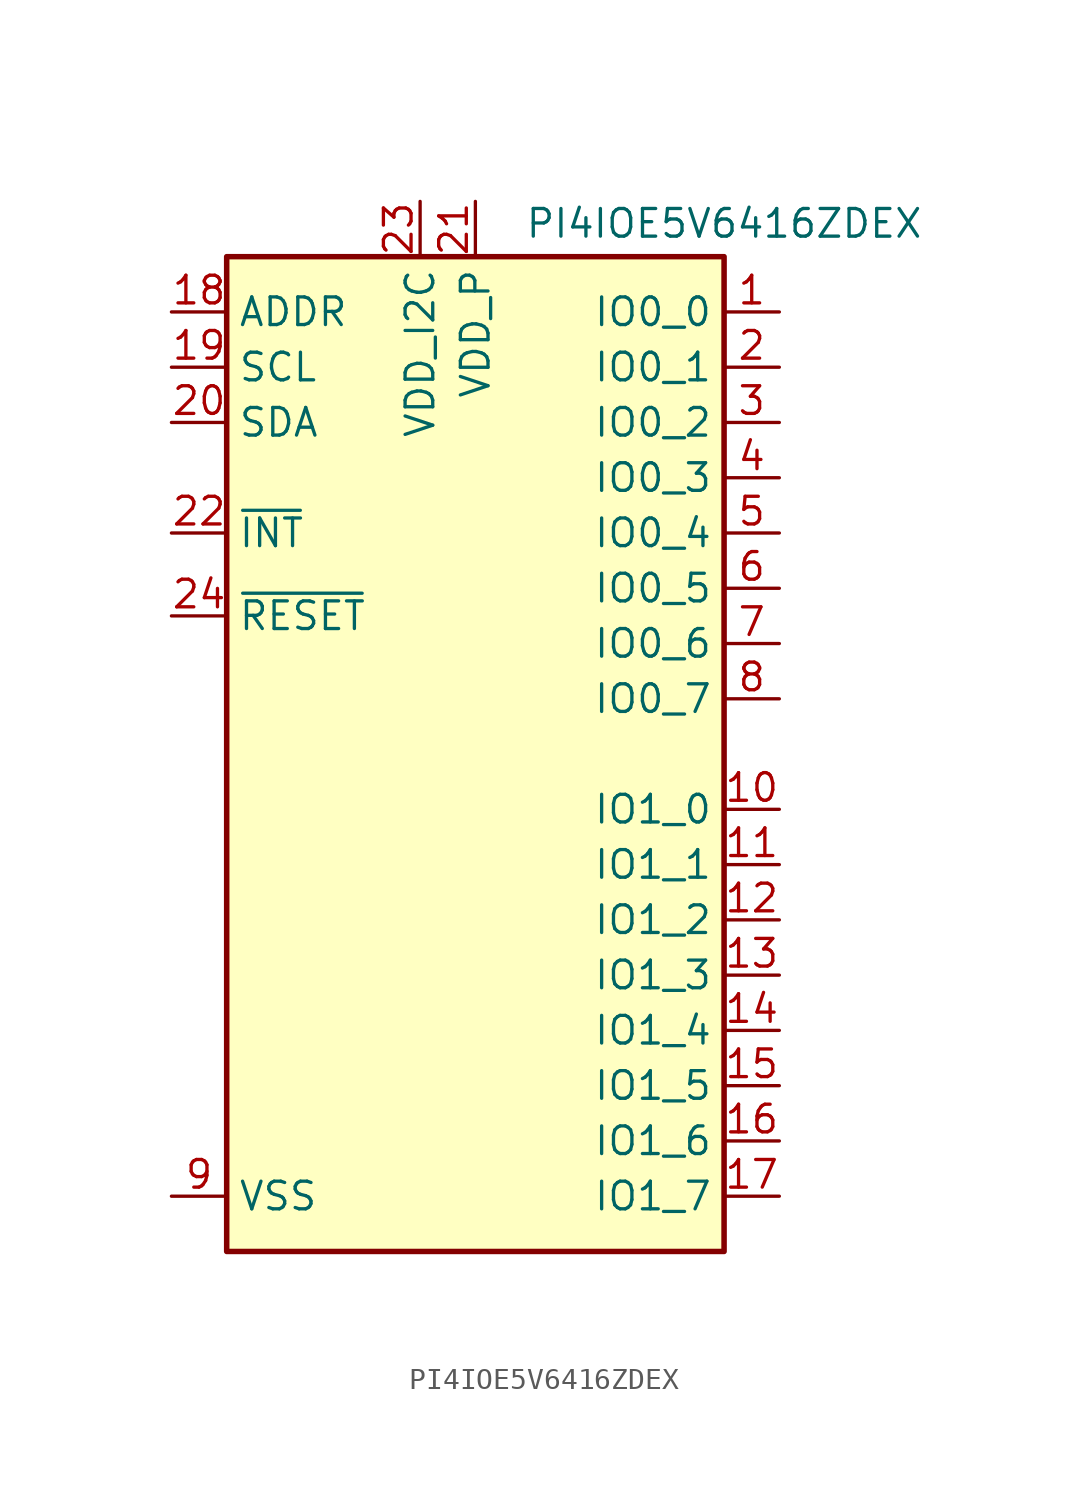
<source format=kicad_sym>
(kicad_symbol_lib
  (version 20241209)
  (generator "kicad_symbol_editor")
  (generator_version "9.0")
  (symbol "PI4IOE5V6416ZDEX"
    (property "Reference" "U?"
      (at -20.574 8.89 0)
      (effects (font (size 1.27 1.27)) (hide yes)))
    (property "Value" "PI4IOE5V6416ZDEX"
      (at 12.7 24.384 0)
      (effects (font (size 1.27 1.27))))
    (symbol "PI4IOE5V6416ZDEX_0_1"
      (rectangle (start -10.16 22.86) (end 12.7 -22.86) (stroke (width 0.254) (type default)) (fill (type background))))
    (symbol "PI4IOE5V6416ZDEX_1_1"
      (pin input line (at -12.7 20.32 0) (length 2.54) (name "ADDR" (effects (font (size 1.27 1.27)))) (number "18" (effects (font (size 1.27 1.27)))))
      (pin input line (at -12.7 17.78 0) (length 2.54) (name "SCL" (effects (font (size 1.27 1.27)))) (number "19" (effects (font (size 1.27 1.27)))))
      (pin bidirectional line (at -12.7 15.24 0) (length 2.54) (name "SDA" (effects (font (size 1.27 1.27)))) (number "20" (effects (font (size 1.27 1.27)))))
      (pin open_collector line (at -12.7 10.16 0) (length 2.54) (name "~{INT}" (effects (font (size 1.27 1.27)))) (number "22" (effects (font (size 1.27 1.27)))))
      (pin input line (at -12.7 6.35 0) (length 2.54) (name "~{RESET}" (effects (font (size 1.27 1.27)))) (number "24" (effects (font (size 1.27 1.27)))))
      (pin power_in line (at -12.7 -20.32 0) (length 2.54) (name "VSS" (effects (font (size 1.27 1.27)))) (number "9" (effects (font (size 1.27 1.27)))))
      (pin power_in line (at -1.27 25.4 270) (length 2.54) (name "VDD_I2C" (effects (font (size 1.27 1.27)))) (number "23" (effects (font (size 1.27 1.27)))))
      (pin input line (at 1.27 25.4 270) (length 2.54) (name "VDD_P" (effects (font (size 1.27 1.27)))) (number "21" (effects (font (size 1.27 1.27)))))
      (pin bidirectional line (at 15.24 20.32 180) (length 2.54) (name "IO0_0" (effects (font (size 1.27 1.27)))) (number "1" (effects (font (size 1.27 1.27)))))
      (pin bidirectional line (at 15.24 17.78 180) (length 2.54) (name "IO0_1" (effects (font (size 1.27 1.27)))) (number "2" (effects (font (size 1.27 1.27)))))
      (pin bidirectional line (at 15.24 15.24 180) (length 2.54) (name "IO0_2" (effects (font (size 1.27 1.27)))) (number "3" (effects (font (size 1.27 1.27)))))
      (pin bidirectional line (at 15.24 12.7 180) (length 2.54) (name "IO0_3" (effects (font (size 1.27 1.27)))) (number "4" (effects (font (size 1.27 1.27)))))
      (pin bidirectional line (at 15.24 10.16 180) (length 2.54) (name "IO0_4" (effects (font (size 1.27 1.27)))) (number "5" (effects (font (size 1.27 1.27)))))
      (pin bidirectional line (at 15.24 7.62 180) (length 2.54) (name "IO0_5" (effects (font (size 1.27 1.27)))) (number "6" (effects (font (size 1.27 1.27)))))
      (pin bidirectional line (at 15.24 5.08 180) (length 2.54) (name "IO0_6" (effects (font (size 1.27 1.27)))) (number "7" (effects (font (size 1.27 1.27)))))
      (pin bidirectional line (at 15.24 2.54 180) (length 2.54) (name "IO0_7" (effects (font (size 1.27 1.27)))) (number "8" (effects (font (size 1.27 1.27)))))
      (pin bidirectional line (at 15.24 -2.54 180) (length 2.54) (name "IO1_0" (effects (font (size 1.27 1.27)))) (number "10" (effects (font (size 1.27 1.27)))))
      (pin bidirectional line (at 15.24 -5.08 180) (length 2.54) (name "IO1_1" (effects (font (size 1.27 1.27)))) (number "11" (effects (font (size 1.27 1.27)))))
      (pin bidirectional line (at 15.24 -7.62 180) (length 2.54) (name "IO1_2" (effects (font (size 1.27 1.27)))) (number "12" (effects (font (size 1.27 1.27)))))
      (pin bidirectional line (at 15.24 -10.16 180) (length 2.54) (name "IO1_3" (effects (font (size 1.27 1.27)))) (number "13" (effects (font (size 1.27 1.27)))))
      (pin bidirectional line (at 15.24 -12.7 180) (length 2.54) (name "IO1_4" (effects (font (size 1.27 1.27)))) (number "14" (effects (font (size 1.27 1.27)))))
      (pin bidirectional line (at 15.24 -15.24 180) (length 2.54) (name "IO1_5" (effects (font (size 1.27 1.27)))) (number "15" (effects (font (size 1.27 1.27)))))
      (pin bidirectional line (at 15.24 -17.78 180) (length 2.54) (name "IO1_6" (effects (font (size 1.27 1.27)))) (number "16" (effects (font (size 1.27 1.27)))))
      (pin bidirectional line (at 15.24 -20.32 180) (length 2.54) (name "IO1_7" (effects (font (size 1.27 1.27)))) (number "17" (effects (font (size 1.27 1.27))))))))
</source>
